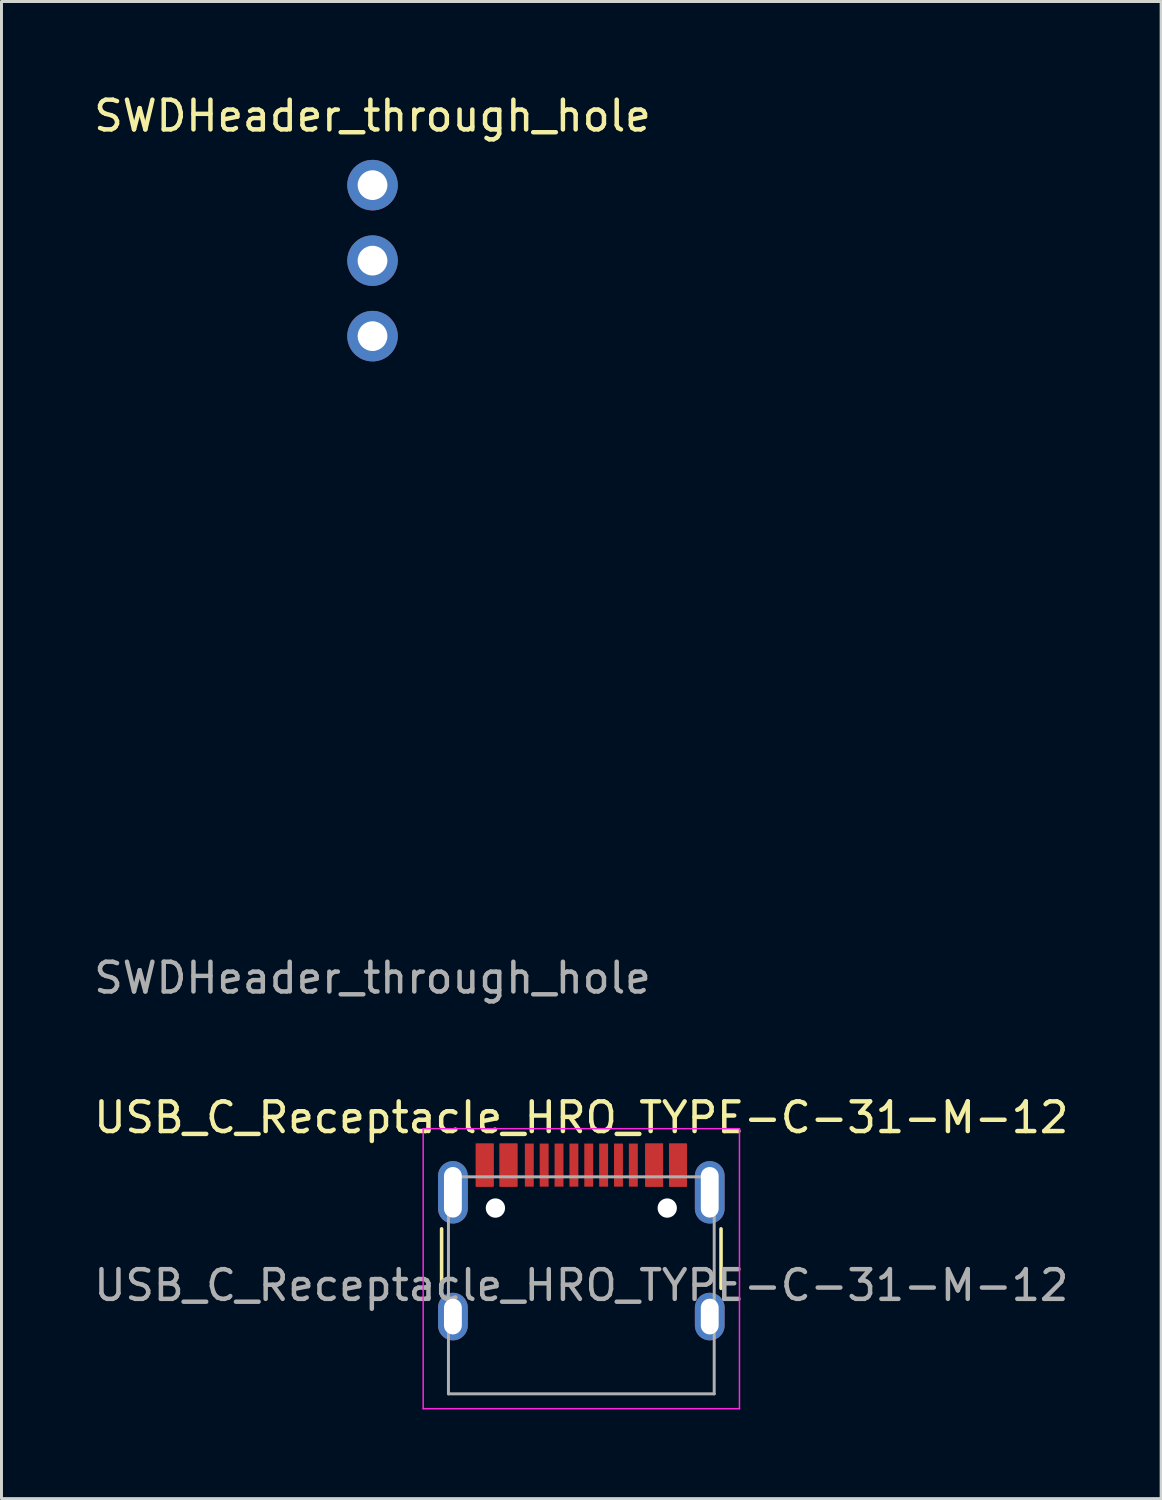
<source format=kicad_pcb>
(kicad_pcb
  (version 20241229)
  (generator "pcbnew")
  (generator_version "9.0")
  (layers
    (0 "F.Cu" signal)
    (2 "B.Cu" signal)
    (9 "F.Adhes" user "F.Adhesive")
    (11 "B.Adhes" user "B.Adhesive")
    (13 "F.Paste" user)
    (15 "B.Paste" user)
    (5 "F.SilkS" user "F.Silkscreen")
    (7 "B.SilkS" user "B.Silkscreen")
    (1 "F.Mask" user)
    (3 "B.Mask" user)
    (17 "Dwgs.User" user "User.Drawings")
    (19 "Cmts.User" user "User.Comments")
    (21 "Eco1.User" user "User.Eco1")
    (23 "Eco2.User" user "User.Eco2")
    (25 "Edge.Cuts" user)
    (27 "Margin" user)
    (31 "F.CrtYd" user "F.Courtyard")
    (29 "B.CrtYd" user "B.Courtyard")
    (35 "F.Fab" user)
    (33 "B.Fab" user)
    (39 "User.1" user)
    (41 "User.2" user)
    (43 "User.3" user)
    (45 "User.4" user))
  (footprint "USB_C_Receptacle_HRO_TYPE-C-31-M-12"
    (layer "F.Cu")
    (at 16.506 40.19)
    (property "Reference" "USB_C_Receptacle_HRO_TYPE-C-31-M-12" (at 0 -5.645 180) (layer "F.SilkS") (effects (font (size 1 1) (thickness 0.15))))
    (attr smd)
    (fp_line (start -4.7 -1.9) (end -4.7 0.1) (stroke (width 0.12) (type solid)) (layer "F.SilkS"))
    (fp_line (start 4.7 -1.9) (end 4.7 0.1) (stroke (width 0.12) (type solid)) (layer "F.SilkS"))
    (fp_line (start -5.32 -5.27) (end -5.32 4.15) (stroke (width 0.05) (type solid)) (layer "F.CrtYd"))
    (fp_line (start -5.32 -5.27) (end 5.32 -5.27) (stroke (width 0.05) (type solid)) (layer "F.CrtYd"))
    (fp_line (start -5.32 4.15) (end 5.32 4.15) (stroke (width 0.05) (type solid)) (layer "F.CrtYd"))
    (fp_line (start 5.32 -5.27) (end 5.32 4.15) (stroke (width 0.05) (type solid)) (layer "F.CrtYd"))
    (fp_line (start -4.47 -3.65) (end -4.47 3.65) (stroke (width 0.1) (type solid)) (layer "F.Fab"))
    (fp_line (start -4.47 -3.65) (end 4.47 -3.65) (stroke (width 0.1) (type solid)) (layer "F.Fab"))
    (fp_line (start -4.47 3.65) (end 4.47 3.65) (stroke (width 0.1) (type solid)) (layer "F.Fab"))
    (fp_line (start 4.47 -3.65) (end 4.47 3.65) (stroke (width 0.1) (type solid)) (layer "F.Fab"))
    (fp_text user "${REFERENCE}" (at 0 0 180) (layer "F.Fab") (effects (font (size 1 1) (thickness 0.15))))
    (pad "" np_thru_hole circle (at -2.89 -2.6) (size 0.65 0.65) (drill 0.65) (layers "*.Cu" "*.Mask"))
    (pad "" np_thru_hole circle (at 2.89 -2.6) (size 0.65 0.65) (drill 0.65) (layers "*.Cu" "*.Mask"))
    (pad "A1" smd rect (at -3.25 -4.045) (size 0.6 1.45) (layers "F.Cu" "F.Mask" "F.Paste"))
    (pad "A4" smd rect (at -2.45 -4.045) (size 0.6 1.45) (layers "F.Cu" "F.Mask" "F.Paste"))
    (pad "A5" smd rect (at -1.25 -4.045) (size 0.3 1.45) (layers "F.Cu" "F.Mask" "F.Paste"))
    (pad "A6" smd rect (at -0.25 -4.045) (size 0.3 1.45) (layers "F.Cu" "F.Mask" "F.Paste"))
    (pad "A7" smd rect (at 0.25 -4.045) (size 0.3 1.45) (layers "F.Cu" "F.Mask" "F.Paste"))
    (pad "A8" smd rect (at 1.25 -4.045) (size 0.3 1.45) (layers "F.Cu" "F.Mask" "F.Paste"))
    (pad "A9" smd rect (at 2.45 -4.045) (size 0.6 1.45) (layers "F.Cu" "F.Mask" "F.Paste"))
    (pad "A12" smd rect (at 3.25 -4.045) (size 0.6 1.45) (layers "F.Cu" "F.Mask" "F.Paste"))
    (pad "B1" smd rect (at 3.25 -4.045) (size 0.6 1.45) (layers "F.Cu" "F.Mask" "F.Paste"))
    (pad "B4" smd rect (at 2.45 -4.045) (size 0.6 1.45) (layers "F.Cu" "F.Mask" "F.Paste"))
    (pad "B5" smd rect (at 1.75 -4.045) (size 0.3 1.45) (layers "F.Cu" "F.Mask" "F.Paste"))
    (pad "B6" smd rect (at 0.75 -4.045) (size 0.3 1.45) (layers "F.Cu" "F.Mask" "F.Paste"))
    (pad "B7" smd rect (at -0.75 -4.045) (size 0.3 1.45) (layers "F.Cu" "F.Mask" "F.Paste"))
    (pad "B8" smd rect (at -1.75 -4.045) (size 0.3 1.45) (layers "F.Cu" "F.Mask" "F.Paste"))
    (pad "B9" smd rect (at -2.45 -4.045) (size 0.6 1.45) (layers "F.Cu" "F.Mask" "F.Paste"))
    (pad "B12" smd rect (at -3.25 -4.045) (size 0.6 1.45) (layers "F.Cu" "F.Mask" "F.Paste"))
    (pad "S1" thru_hole oval (at -4.32 -3.13) (size 1 2.1) (drill oval 0.6 1.7) (layers "*.Cu" "*.Mask"))
    (pad "S1" thru_hole oval (at -4.32 1.05) (size 1 1.6) (drill oval 0.6 1.2) (layers "*.Cu" "*.Mask"))
    (pad "S1" thru_hole oval (at 4.32 -3.13) (size 1 2.1) (drill oval 0.6 1.7) (layers "*.Cu" "*.Mask"))
    (pad "S1" thru_hole oval (at 4.32 1.05) (size 1 1.6) (drill oval 0.6 1.2) (layers "*.Cu" "*.Mask")))
  (footprint "SWDHeader_through_hole"
    (layer "F.Cu")
    (at 9.482 3.178)
    (property "Reference" "SWDHeader_through_hole" (at 0 -2.33 0) (layer "F.SilkS") (effects (font (size 1 1) (thickness 0.15))))
    (attr through_hole dnp)
    (fp_text user "${REFERENCE}" (at 0 26.67 0) (layer "F.Fab") (effects (font (size 1 1) (thickness 0.15))))
    (pad "SWDCLK" thru_hole oval (at 0 2.54) (size 1.7 1.7) (drill 1) (layers "*.Cu" "*.Mask"))
    (pad "SWDGND" thru_hole oval (at 0 5.08) (size 1.7 1.7) (drill 1) (layers "*.Cu" "*.Mask"))
    (pad "SWDIO" thru_hole circle (at 0 0) (size 1.7 1.7) (drill 1) (layers "*.Cu" "*.Mask")))
  (gr_rect
    (start -3 -3)
    (end 36.012 47.365)
    (stroke (width 0.1) (type default))
    (fill no)
    (layer "Edge.Cuts")))
</source>
